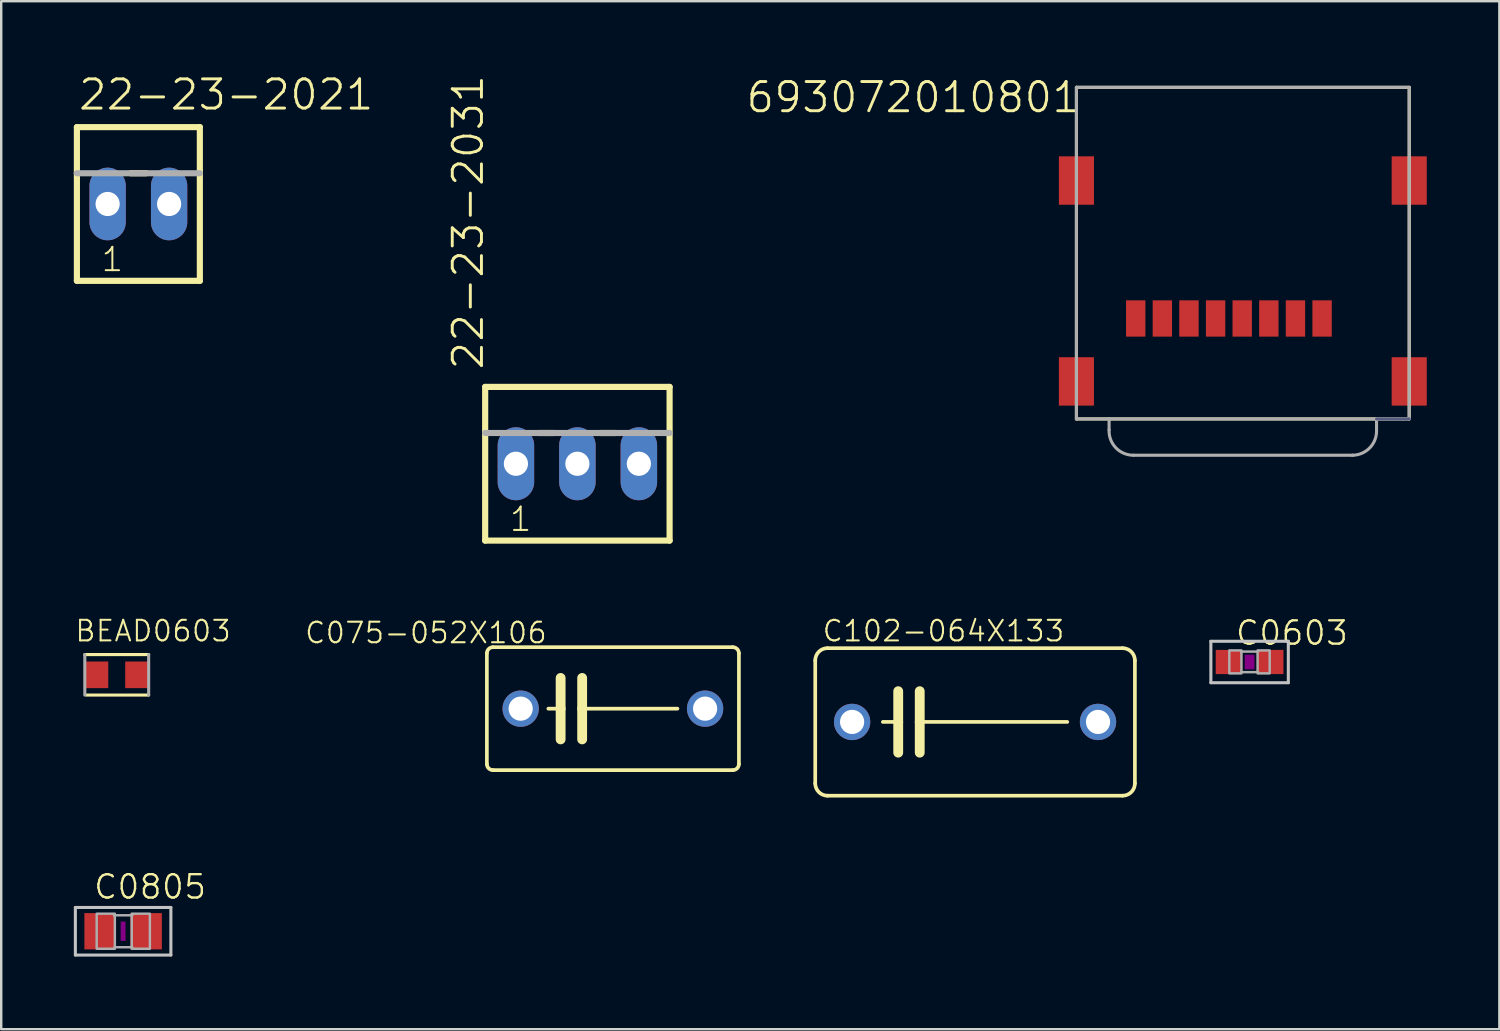
<source format=kicad_pcb>
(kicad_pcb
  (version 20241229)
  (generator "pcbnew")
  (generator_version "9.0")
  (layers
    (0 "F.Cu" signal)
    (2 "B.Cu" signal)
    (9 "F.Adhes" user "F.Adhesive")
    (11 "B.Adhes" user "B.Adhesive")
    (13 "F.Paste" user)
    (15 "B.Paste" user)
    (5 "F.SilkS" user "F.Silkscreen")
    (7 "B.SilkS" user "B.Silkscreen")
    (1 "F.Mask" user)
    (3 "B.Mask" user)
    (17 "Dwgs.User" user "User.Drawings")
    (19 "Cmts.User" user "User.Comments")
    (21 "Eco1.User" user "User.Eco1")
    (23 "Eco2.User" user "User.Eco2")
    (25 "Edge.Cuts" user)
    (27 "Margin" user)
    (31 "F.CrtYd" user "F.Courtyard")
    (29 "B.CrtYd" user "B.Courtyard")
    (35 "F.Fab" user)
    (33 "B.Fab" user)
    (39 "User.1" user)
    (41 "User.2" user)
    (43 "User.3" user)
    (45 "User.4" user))
  (footprint "C102-064X133"
    (layer "F.Cu")
    (at 37.237 26.778)
    (property "Reference" "C102-064X133" (at -6.36 -3.26 180) (layer "F.SilkS") (effects (font (size 0.85 0.85) (thickness 0.085)) (justify left bottom)))
    (attr through_hole)
    (fp_line (start -6.604 2.54) (end -6.604 -2.54) (stroke (width 0.152) (type solid)) (layer "F.SilkS"))
    (fp_line (start -6.096 -3.048) (end 6.096 -3.048) (stroke (width 0.152) (type solid)) (layer "F.SilkS"))
    (fp_line (start -3.81 0) (end -3.175 0) (stroke (width 0.152) (type solid)) (layer "F.SilkS"))
    (fp_line (start -3.175 -1.27) (end -3.175 0) (stroke (width 0.406) (type solid)) (layer "F.SilkS"))
    (fp_line (start -3.175 0) (end -3.175 1.27) (stroke (width 0.406) (type solid)) (layer "F.SilkS"))
    (fp_line (start -2.286 -1.27) (end -2.286 0) (stroke (width 0.406) (type solid)) (layer "F.SilkS"))
    (fp_line (start -2.286 0) (end -2.286 1.27) (stroke (width 0.406) (type solid)) (layer "F.SilkS"))
    (fp_line (start 3.81 0) (end -2.286 0) (stroke (width 0.152) (type solid)) (layer "F.SilkS"))
    (fp_line (start 6.096 3.048) (end -6.096 3.048) (stroke (width 0.152) (type solid)) (layer "F.SilkS"))
    (fp_line (start 6.604 -2.54) (end 6.604 2.54) (stroke (width 0.152) (type solid)) (layer "F.SilkS"))
    (fp_arc (start -6.604 -2.54) (mid -6.45521 -2.89921) (end -6.096 -3.048) (stroke (width 0.1524) (type solid)) (layer "F.SilkS"))
    (fp_arc (start -6.096 3.048) (mid -6.45521 2.89921) (end -6.604 2.54) (stroke (width 0.1524) (type solid)) (layer "F.SilkS"))
    (fp_arc (start 6.096 -3.048) (mid 6.45521 -2.89921) (end 6.604 -2.54) (stroke (width 0.1524) (type solid)) (layer "F.SilkS"))
    (fp_arc (start 6.604 2.54) (mid 6.45521 2.89921) (end 6.096 3.048) (stroke (width 0.1524) (type solid)) (layer "F.SilkS"))
    (pad "1" thru_hole circle (at -5.08 0) (size 1.5 1.5) (drill 1) (layers "*.Cu" "*.Mask"))
    (pad "2" thru_hole circle (at 5.08 0) (size 1.5 1.5) (drill 1) (layers "*.Cu" "*.Mask")))
  (footprint "BEAD0603"
    (layer "F.Cu")
    (at 1.773 24.832)
    (property "Reference" "BEAD0603" (at -1.773 -1.315 180) (layer "F.SilkS") (effects (font (size 0.85 0.85) (thickness 0.085)) (justify left bottom)))
    (attr through_hole)
    (fp_line (start -1.256 0.837) (end 1.319 0.837) (stroke (width 0.127) (type solid)) (layer "F.SilkS"))
    (fp_line (start 1.319 -0.837) (end -1.319 -0.837) (stroke (width 0.127) (type solid)) (layer "F.SilkS"))
    (fp_line (start -1.319 -0.837) (end -1.319 0.837) (stroke (width 0.127) (type solid)) (layer "F.Fab"))
    (fp_line (start 1.319 0.837) (end 1.319 -0.837) (stroke (width 0.127) (type solid)) (layer "F.Fab"))
    (pad "P$1" smd rect (at -0.85 0) (size 1 1.1) (layers "F.Cu" "F.Mask" "F.Paste"))
    (pad "P$2" smd rect (at 0.85 0) (size 1 1.1) (layers "F.Cu" "F.Mask" "F.Paste")))
  (footprint "22-23-2021"
    (layer "F.Cu")
    (at 2.667 5.378)
    (property "Reference" "22-23-2021" (at -2.54 -3.81 0) (layer "F.SilkS") (effects (font (size 1.206 1.206) (thickness 0.121)) (justify left bottom)))
    (attr through_hole)
    (fp_line (start -2.54 -3.175) (end 2.54 -3.175) (stroke (width 0.254) (type solid)) (layer "F.SilkS"))
    (fp_line (start -2.54 -1.27) (end -2.54 -3.175) (stroke (width 0.254) (type solid)) (layer "F.SilkS"))
    (fp_line (start -2.54 3.175) (end -2.54 -1.27) (stroke (width 0.254) (type solid)) (layer "F.SilkS"))
    (fp_line (start -0.318 -1.27) (end 0.318 -1.27) (stroke (width 0.254) (type solid)) (layer "F.SilkS"))
    (fp_line (start 2.54 -3.175) (end 2.54 -1.27) (stroke (width 0.254) (type solid)) (layer "F.SilkS"))
    (fp_line (start 2.54 -1.27) (end 2.54 3.175) (stroke (width 0.254) (type solid)) (layer "F.SilkS"))
    (fp_line (start 2.54 3.175) (end -2.54 3.175) (stroke (width 0.254) (type solid)) (layer "F.SilkS"))
    (fp_line (start -2.54 -1.27) (end 2.54 -1.27) (stroke (width 0.254) (type solid)) (layer "F.Fab"))
    (fp_text user "1" (at -1.587 2.857 0) (layer "F.SilkS") (effects (font (size 0.965 0.965) (thickness 0.081)) (justify left bottom)))
    (pad "1" thru_hole oval (at -1.27 0 90) (size 3 1.5) (drill 1) (layers "*.Cu" "*.Mask"))
    (pad "2" thru_hole oval (at 1.27 0 90) (size 3 1.5) (drill 1) (layers "*.Cu" "*.Mask")))
  (footprint "C0603"
    (layer "F.Cu")
    (at 48.58 24.302)
    (property "Reference" "C0603" (at -0.635 -0.635 0) (layer "F.SilkS") (effects (font (size 0.965 0.965) (thickness 0.097)) (justify left bottom)))
    (attr through_hole)
    (fp_poly (pts (xy -0.2 0.3) (xy 0.2 0.3) (xy 0.2 -0.3) (xy -0.2 -0.3)) (stroke (width 0) (type solid)) (fill yes) (layer "F.Adhes"))
    (fp_line (start -1.6 -0.856) (end 1.6 -0.856) (stroke (width 0.127) (type solid)) (layer "Dwgs.User"))
    (fp_line (start -1.6 0.856) (end -1.6 -0.856) (stroke (width 0.127) (type solid)) (layer "Dwgs.User"))
    (fp_line (start 1.6 -0.856) (end 1.6 0.856) (stroke (width 0.127) (type solid)) (layer "Dwgs.User"))
    (fp_line (start 1.6 0.856) (end -1.6 0.856) (stroke (width 0.127) (type solid)) (layer "Dwgs.User"))
    (fp_line (start -0.356 -0.432) (end 0.356 -0.432) (stroke (width 0.102) (type solid)) (layer "F.Fab"))
    (fp_line (start -0.356 0.419) (end 0.356 0.419) (stroke (width 0.102) (type solid)) (layer "F.Fab"))
    (fp_poly (pts (xy -0.838 0.47) (xy -0.338 0.47) (xy -0.338 -0.48) (xy -0.838 -0.48)) (stroke (width 0.1) (type solid)) (fill no) (layer "F.Fab"))
    (fp_poly (pts (xy 0.33 0.47) (xy 0.83 0.47) (xy 0.83 -0.48) (xy 0.33 -0.48)) (stroke (width 0.1) (type solid)) (fill no) (layer "F.Fab"))
    (pad "1" smd rect (at -0.85 0) (size 1.1 1) (layers "F.Cu" "F.Mask" "F.Paste"))
    (pad "2" smd rect (at 0.85 0) (size 1.1 1) (layers "F.Cu" "F.Mask" "F.Paste")))
  (footprint "C0805"
    (layer "F.Cu")
    (at 2.037 35.427)
    (property "Reference" "C0805" (at -1.27 -1.27 0) (layer "F.SilkS") (effects (font (size 0.965 0.965) (thickness 0.097)) (justify left bottom)))
    (attr through_hole)
    (fp_poly (pts (xy -0.1 0.4) (xy 0.1 0.4) (xy 0.1 -0.4) (xy -0.1 -0.4)) (stroke (width 0) (type solid)) (fill yes) (layer "F.Adhes"))
    (fp_line (start -1.973 -0.983) (end 1.973 -0.983) (stroke (width 0.127) (type solid)) (layer "Dwgs.User"))
    (fp_line (start -1.973 0.983) (end -1.973 -0.983) (stroke (width 0.127) (type solid)) (layer "Dwgs.User"))
    (fp_line (start 1.973 -0.983) (end 1.973 0.983) (stroke (width 0.127) (type solid)) (layer "Dwgs.User"))
    (fp_line (start 1.973 0.983) (end -1.973 0.983) (stroke (width 0.127) (type solid)) (layer "Dwgs.User"))
    (fp_line (start -0.381 -0.66) (end 0.381 -0.66) (stroke (width 0.102) (type solid)) (layer "F.Fab"))
    (fp_line (start -0.356 0.66) (end 0.381 0.66) (stroke (width 0.102) (type solid)) (layer "F.Fab"))
    (fp_poly (pts (xy -1.092 0.724) (xy -0.342 0.724) (xy -0.342 -0.726) (xy -1.092 -0.726)) (stroke (width 0.1) (type solid)) (fill no) (layer "F.Fab"))
    (fp_poly (pts (xy 0.356 0.724) (xy 1.106 0.724) (xy 1.106 -0.726) (xy 0.356 -0.726)) (stroke (width 0.1) (type solid)) (fill no) (layer "F.Fab"))
    (pad "1" smd rect (at -0.95 0) (size 1.3 1.5) (layers "F.Cu" "F.Mask" "F.Paste"))
    (pad "2" smd rect (at 0.95 0) (size 1.3 1.5) (layers "F.Cu" "F.Mask" "F.Paste")))
  (footprint "C075-052X106"
    (layer "F.Cu")
    (at 22.273 26.23)
    (property "Reference" "C075-052X106" (at -2.67 -3.63 180) (layer "F.SilkS") (effects (font (size 0.85 0.85) (thickness 0.085)) (justify right top)))
    (attr through_hole)
    (fp_line (start -5.207 -2.286) (end -5.207 2.286) (stroke (width 0.152) (type solid)) (layer "F.SilkS"))
    (fp_line (start -4.953 2.54) (end 4.953 2.54) (stroke (width 0.152) (type solid)) (layer "F.SilkS"))
    (fp_line (start -2.667 0) (end -2.159 0) (stroke (width 0.152) (type solid)) (layer "F.SilkS"))
    (fp_line (start -2.159 -1.27) (end -2.159 0) (stroke (width 0.406) (type solid)) (layer "F.SilkS"))
    (fp_line (start -2.159 0) (end -2.159 1.27) (stroke (width 0.406) (type solid)) (layer "F.SilkS"))
    (fp_line (start -1.27 -1.27) (end -1.27 0) (stroke (width 0.406) (type solid)) (layer "F.SilkS"))
    (fp_line (start -1.27 0) (end -1.27 1.27) (stroke (width 0.406) (type solid)) (layer "F.SilkS"))
    (fp_line (start -1.27 0) (end 2.667 0) (stroke (width 0.152) (type solid)) (layer "F.SilkS"))
    (fp_line (start 4.953 -2.54) (end -4.953 -2.54) (stroke (width 0.152) (type solid)) (layer "F.SilkS"))
    (fp_line (start 5.207 2.286) (end 5.207 -2.286) (stroke (width 0.152) (type solid)) (layer "F.SilkS"))
    (fp_arc (start -5.207 -2.286) (mid -5.132605 -2.465605) (end -4.953 -2.54) (stroke (width 0.1524) (type solid)) (layer "F.SilkS"))
    (fp_arc (start -4.953 2.54) (mid -5.132605 2.465605) (end -5.207 2.286) (stroke (width 0.1524) (type solid)) (layer "F.SilkS"))
    (fp_arc (start 4.953 -2.54) (mid 5.132605 -2.465605) (end 5.207 -2.286) (stroke (width 0.1524) (type solid)) (layer "F.SilkS"))
    (fp_arc (start 5.207 2.286) (mid 5.132605 2.465605) (end 4.953 2.54) (stroke (width 0.1524) (type solid)) (layer "F.SilkS"))
    (pad "1" thru_hole circle (at -3.81 0) (size 1.5 1.5) (drill 1) (layers "*.Cu" "*.Mask"))
    (pad "2" thru_hole circle (at 3.81 0) (size 1.5 1.5) (drill 1) (layers "*.Cu" "*.Mask")))
  (footprint "693072010801"
    (layer "F.Cu")
    (at 43.875 10.109)
    (property "Reference" "693072010801" (at -2.223 -9.842 180) (layer "F.SilkS") (effects (font (size 1.206 1.206) (thickness 0.121)) (justify right top)))
    (attr through_hole)
    (fp_line (start -2.45 -9.55) (end 11.3 -9.55) (stroke (width 0.127) (type solid)) (layer "F.SilkS"))
    (fp_line (start -2.45 4.15) (end -2.45 -9.55) (stroke (width 0.127) (type solid)) (layer "F.SilkS"))
    (fp_line (start 11.3 -9.55) (end 11.3 4.15) (stroke (width 0.127) (type solid)) (layer "F.SilkS"))
    (fp_line (start 11.3 4.15) (end -2.45 4.15) (stroke (width 0.127) (type solid)) (layer "F.SilkS"))
    (fp_line (start 9.95 4.15) (end 11.3 4.15) (stroke (width 0.127) (type solid)) (layer "B.Fab"))
    (fp_line (start -2.45 -9.55) (end 11.3 -9.55) (stroke (width 0.127) (type solid)) (layer "F.Fab"))
    (fp_line (start -2.45 4.15) (end -2.45 -9.55) (stroke (width 0.127) (type solid)) (layer "F.Fab"))
    (fp_line (start -1.1 4.15) (end -2.45 4.15) (stroke (width 0.127) (type solid)) (layer "F.Fab"))
    (fp_line (start -1.1 4.6) (end -1.1 4.15) (stroke (width 0.127) (type solid)) (layer "F.Fab"))
    (fp_line (start 8.975 5.65) (end -0.1 5.65) (stroke (width 0.127) (type solid)) (layer "F.Fab"))
    (fp_line (start 9.95 4.6) (end 9.95 4.15) (stroke (width 0.127) (type solid)) (layer "F.Fab"))
    (fp_line (start 11.3 -9.55) (end 11.3 4.15) (stroke (width 0.127) (type solid)) (layer "F.Fab"))
    (fp_line (start 11.3 4.15) (end -1.1 4.15) (stroke (width 0.127) (type solid)) (layer "F.Fab"))
    (fp_arc (start -0.1 5.65) (mid -0.825 5.339285) (end -1.099999 4.599999) (stroke (width 0.127) (type solid)) (layer "F.Fab"))
    (fp_arc (start 9.95 4.599999) (mid 9.675 5.339285) (end 8.95 5.65) (stroke (width 0.127) (type solid)) (layer "F.Fab"))
    (pad "1" smd rect (at 7.7 0) (size 0.8 1.5) (layers "F.Cu" "F.Mask" "F.Paste"))
    (pad "2" smd rect (at 6.6 0) (size 0.8 1.5) (layers "F.Cu" "F.Mask" "F.Paste"))
    (pad "3" smd rect (at 5.5 0) (size 0.8 1.5) (layers "F.Cu" "F.Mask" "F.Paste"))
    (pad "4" smd rect (at 4.4 0) (size 0.8 1.5) (layers "F.Cu" "F.Mask" "F.Paste"))
    (pad "5" smd rect (at 3.3 0) (size 0.8 1.5) (layers "F.Cu" "F.Mask" "F.Paste"))
    (pad "6" smd rect (at 2.2 0) (size 0.8 1.5) (layers "F.Cu" "F.Mask" "F.Paste"))
    (pad "7" smd rect (at 1.1 0) (size 0.8 1.5) (layers "F.Cu" "F.Mask" "F.Paste"))
    (pad "8" smd rect (at 0 0) (size 0.8 1.5) (layers "F.Cu" "F.Mask" "F.Paste"))
    (pad "Z1" smd rect (at -2.45 -5.7) (size 1.45 2) (layers "F.Cu" "F.Mask" "F.Paste"))
    (pad "Z2" smd rect (at 11.3 -5.7) (size 1.45 2) (layers "F.Cu" "F.Mask" "F.Paste"))
    (pad "Z3" smd rect (at -2.45 2.6) (size 1.45 2) (layers "F.Cu" "F.Mask" "F.Paste"))
    (pad "Z4" smd rect (at 11.3 2.6) (size 1.45 2) (layers "F.Cu" "F.Mask" "F.Paste")))
  (footprint "22-23-2031"
    (layer "F.Cu")
    (at 20.806 16.111)
    (property "Reference" "22-23-2031" (at -3.81 -3.81 90) (layer "F.SilkS") (effects (font (size 1.206 1.206) (thickness 0.121)) (justify left bottom)))
    (attr through_hole)
    (fp_line (start -3.81 -3.175) (end 3.81 -3.175) (stroke (width 0.254) (type solid)) (layer "F.SilkS"))
    (fp_line (start -3.81 3.175) (end -3.81 -3.175) (stroke (width 0.254) (type solid)) (layer "F.SilkS"))
    (fp_line (start -1.587 -1.27) (end -0.953 -1.27) (stroke (width 0.254) (type solid)) (layer "F.SilkS"))
    (fp_line (start 0.953 -1.27) (end 1.587 -1.27) (stroke (width 0.254) (type solid)) (layer "F.SilkS"))
    (fp_line (start 3.81 -3.175) (end 3.81 3.175) (stroke (width 0.254) (type solid)) (layer "F.SilkS"))
    (fp_line (start 3.81 3.175) (end -3.81 3.175) (stroke (width 0.254) (type solid)) (layer "F.SilkS"))
    (fp_line (start -3.81 -1.27) (end 3.81 -1.27) (stroke (width 0.254) (type solid)) (layer "F.Fab"))
    (fp_text user "1" (at -2.857 2.857 0) (layer "F.SilkS") (effects (font (size 0.965 0.965) (thickness 0.081)) (justify left bottom)))
    (pad "1" thru_hole oval (at -2.54 0 90) (size 3.016 1.508) (drill 1) (layers "*.Cu" "*.Mask"))
    (pad "2" thru_hole oval (at 0 0 90) (size 3.016 1.508) (drill 1) (layers "*.Cu" "*.Mask"))
    (pad "3" thru_hole oval (at 2.54 0 90) (size 3.016 1.508) (drill 1) (layers "*.Cu" "*.Mask")))
  (gr_rect
    (start -3 -3)
    (end 58.9 39.473)
    (stroke (width 0.1) (type default))
    (fill no)
    (layer "Edge.Cuts")))
</source>
